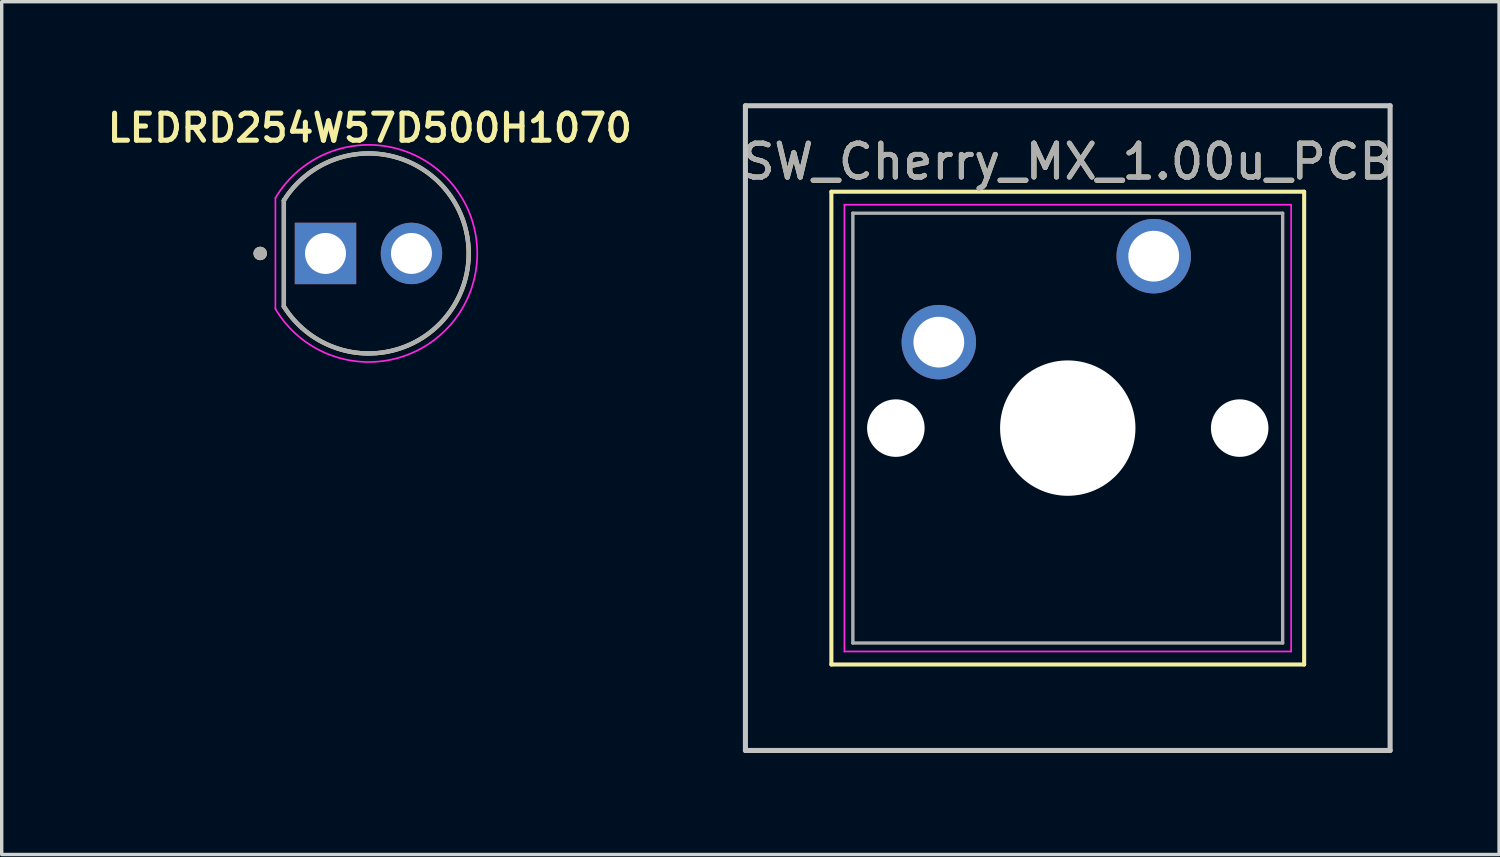
<source format=kicad_pcb>
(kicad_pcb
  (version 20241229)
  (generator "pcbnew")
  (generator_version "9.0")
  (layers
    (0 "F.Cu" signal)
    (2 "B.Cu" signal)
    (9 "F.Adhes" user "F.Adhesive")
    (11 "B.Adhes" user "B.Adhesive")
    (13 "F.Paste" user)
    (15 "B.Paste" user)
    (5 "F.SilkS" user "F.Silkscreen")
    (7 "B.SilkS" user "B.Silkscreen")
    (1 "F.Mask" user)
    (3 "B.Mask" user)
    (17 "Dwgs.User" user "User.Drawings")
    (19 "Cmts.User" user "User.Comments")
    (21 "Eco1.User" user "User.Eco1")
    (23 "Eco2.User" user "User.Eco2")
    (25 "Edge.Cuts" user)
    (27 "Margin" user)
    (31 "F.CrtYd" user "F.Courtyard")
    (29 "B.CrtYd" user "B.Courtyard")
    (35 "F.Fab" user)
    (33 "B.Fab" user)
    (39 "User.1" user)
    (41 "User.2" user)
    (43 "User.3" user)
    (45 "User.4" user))
  (footprint "SW_Cherry_MX_1.00u_PCB"
    (layer "F.Cu")
    (at 31.041 4.52)
    (property "Reference" "SW_Cherry_MX_1.00u_PCB" (at -2.54 -2.794 0) (layer "F.SilkS") (effects (font (size 1 1) (thickness 0.15))))
    (attr through_hole)
    (fp_line (start -9.525 -1.905) (end 4.445 -1.905) (stroke (width 0.12) (type solid)) (layer "F.SilkS"))
    (fp_line (start -9.525 12.065) (end -9.525 -1.905) (stroke (width 0.12) (type solid)) (layer "F.SilkS"))
    (fp_line (start 4.445 -1.905) (end 4.445 12.065) (stroke (width 0.12) (type solid)) (layer "F.SilkS"))
    (fp_line (start 4.445 12.065) (end -9.525 12.065) (stroke (width 0.12) (type solid)) (layer "F.SilkS"))
    (fp_line (start -12.065 -4.445) (end 6.985 -4.445) (stroke (width 0.15) (type solid)) (layer "Dwgs.User"))
    (fp_line (start -12.065 14.605) (end -12.065 -4.445) (stroke (width 0.15) (type solid)) (layer "Dwgs.User"))
    (fp_line (start 6.985 -4.445) (end 6.985 14.605) (stroke (width 0.15) (type solid)) (layer "Dwgs.User"))
    (fp_line (start 6.985 14.605) (end -12.065 14.605) (stroke (width 0.15) (type solid)) (layer "Dwgs.User"))
    (fp_line (start -9.14 -1.52) (end 4.06 -1.52) (stroke (width 0.05) (type solid)) (layer "F.CrtYd"))
    (fp_line (start -9.14 11.68) (end -9.14 -1.52) (stroke (width 0.05) (type solid)) (layer "F.CrtYd"))
    (fp_line (start 4.06 -1.52) (end 4.06 11.68) (stroke (width 0.05) (type solid)) (layer "F.CrtYd"))
    (fp_line (start 4.06 11.68) (end -9.14 11.68) (stroke (width 0.05) (type solid)) (layer "F.CrtYd"))
    (fp_line (start -8.89 -1.27) (end 3.81 -1.27) (stroke (width 0.1) (type solid)) (layer "F.Fab"))
    (fp_line (start -8.89 11.43) (end -8.89 -1.27) (stroke (width 0.1) (type solid)) (layer "F.Fab"))
    (fp_line (start 3.81 -1.27) (end 3.81 11.43) (stroke (width 0.1) (type solid)) (layer "F.Fab"))
    (fp_line (start 3.81 11.43) (end -8.89 11.43) (stroke (width 0.1) (type solid)) (layer "F.Fab"))
    (fp_text user "${REFERENCE}" (at -2.54 -2.794 0) (layer "F.Fab") (effects (font (size 1 1) (thickness 0.15))))
    (pad "" np_thru_hole circle (at -7.62 5.08) (size 1.7 1.7) (drill 1.7) (layers "*.Cu" "*.Mask"))
    (pad "" np_thru_hole circle (at -2.54 5.08) (size 4 4) (drill 4) (layers "*.Cu" "*.Mask"))
    (pad "" np_thru_hole circle (at 2.54 5.08) (size 1.7 1.7) (drill 1.7) (layers "*.Cu" "*.Mask"))
    (pad "1" thru_hole circle (at 0 0) (size 2.2 2.2) (drill 1.5) (layers "*.Cu" "*.Mask"))
    (pad "2" thru_hole circle (at -6.35 2.54) (size 2.2 2.2) (drill 1.5) (layers "*.Cu" "*.Mask")))
  (footprint "LEDRD254W57D500H1070"
    (layer "F.Cu")
    (at 7.838 4.439)
    (property "Reference" "LEDRD254W57D500H1070" (at 0.04 -3.708 0) (layer "F.SilkS") (effects (font (size 0.8 0.8) (thickness 0.15))))
    (attr through_hole)
    (fp_line (start -2.5 -1.566) (end -2.5 1.566) (stroke (width 0.127) (type solid)) (layer "F.SilkS"))
    (fp_arc (start -2.5 -1.566) (mid 2.961291 0) (end -2.5 1.566) (stroke (width 0.127) (type solid)) (layer "F.SilkS"))
    (fp_circle (center -3.2 0) (end -3.1 0) (stroke (width 0.2) (type solid)) (fill no) (layer "F.SilkS"))
    (fp_line (start -2.75 -1.64) (end -2.75 1.64) (stroke (width 0.05) (type solid)) (layer "F.CrtYd"))
    (fp_arc (start -2.75 -1.64) (mid 3.214145 0) (end -2.75 1.64) (stroke (width 0.05) (type solid)) (layer "F.CrtYd"))
    (fp_line (start -2.5 -1.566) (end -2.5 1.566) (stroke (width 0.127) (type solid)) (layer "F.Fab"))
    (fp_arc (start -2.5 -1.566) (mid 2.961291 0) (end -2.5 1.566) (stroke (width 0.127) (type solid)) (layer "F.Fab"))
    (fp_circle (center -3.2 0) (end -3.1 0) (stroke (width 0.2) (type solid)) (fill no) (layer "F.Fab"))
    (pad "A" thru_hole circle (at 1.27 0) (size 1.815 1.815) (drill 1.21) (layers "*.Cu" "*.Mask"))
    (pad "C" thru_hole rect (at -1.27 0) (size 1.815 1.815) (drill 1.21) (layers "*.Cu" "*.Mask")))
  (gr_rect
    (start -3 -3)
    (end 41.245 22.2)
    (stroke (width 0.1) (type default))
    (fill no)
    (layer "Edge.Cuts")))
</source>
